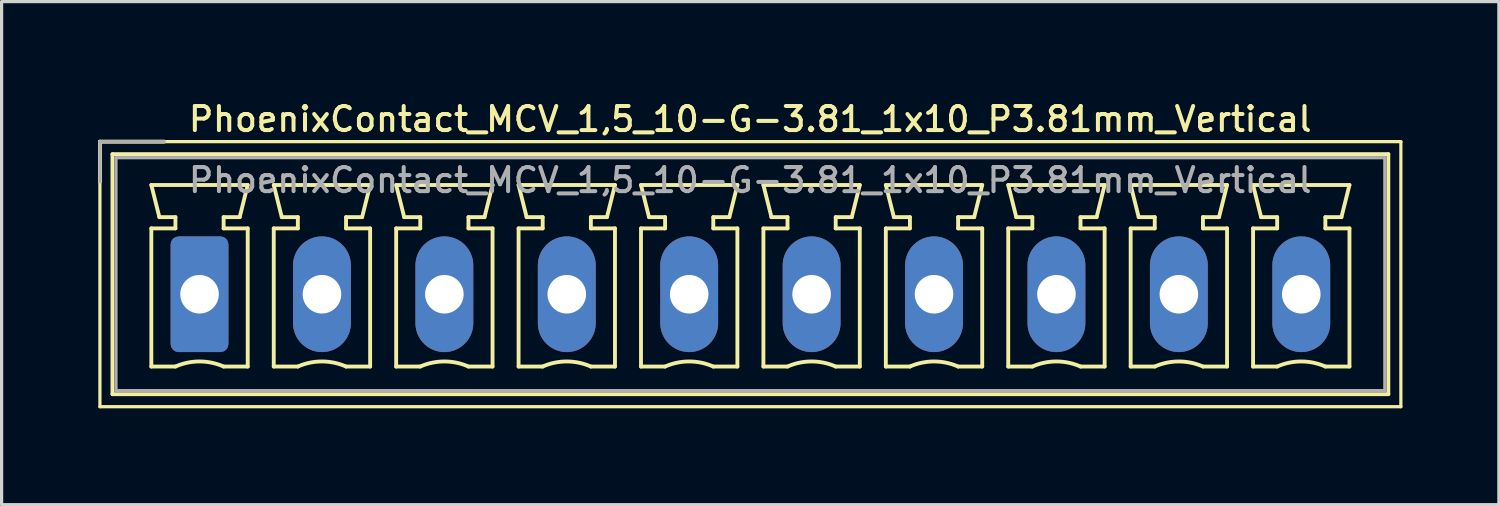
<source format=kicad_pcb>
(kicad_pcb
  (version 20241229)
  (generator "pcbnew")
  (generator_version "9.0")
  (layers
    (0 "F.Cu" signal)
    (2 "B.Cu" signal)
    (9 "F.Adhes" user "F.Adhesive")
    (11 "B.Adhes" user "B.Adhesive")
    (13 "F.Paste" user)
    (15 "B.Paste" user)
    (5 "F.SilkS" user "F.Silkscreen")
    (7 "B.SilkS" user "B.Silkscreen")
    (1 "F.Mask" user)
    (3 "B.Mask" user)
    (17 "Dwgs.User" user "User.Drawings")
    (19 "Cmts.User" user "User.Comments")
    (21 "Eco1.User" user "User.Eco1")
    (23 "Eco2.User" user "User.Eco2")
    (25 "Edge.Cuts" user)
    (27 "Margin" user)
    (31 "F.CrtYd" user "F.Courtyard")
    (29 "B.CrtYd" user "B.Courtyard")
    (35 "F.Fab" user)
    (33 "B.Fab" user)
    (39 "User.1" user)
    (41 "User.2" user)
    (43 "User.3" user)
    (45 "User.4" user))
  (footprint "PhoenixContact_MCV_1,5_10-G-3.81_1x10_P3.81mm_Vertical"
    (layer "F.Cu")
    (at 3.16 6.108)
    (property "Reference" "PhoenixContact_MCV_1,5_10-G-3.81_1x10_P3.81mm_Vertical" (at 17.14 -5.45 0) (layer "F.SilkS") (effects (font (size 0.75 0.75) (thickness 0.125))))
    (attr through_hole)
    (fp_line (start -3.1 -4.75) (end -3.1 3.5) (stroke (width 0.1) (type solid)) (layer "F.SilkS"))
    (fp_line (start -3.1 -4.75) (end -1.1 -4.75) (stroke (width 0.12) (type solid)) (layer "F.SilkS"))
    (fp_line (start -3.1 -3.5) (end -3.1 -4.75) (stroke (width 0.12) (type solid)) (layer "F.SilkS"))
    (fp_line (start -3.1 3.5) (end 37.39 3.5) (stroke (width 0.1) (type solid)) (layer "F.SilkS"))
    (fp_line (start -2.71 -4.36) (end -2.71 3.11) (stroke (width 0.12) (type solid)) (layer "F.SilkS"))
    (fp_line (start -2.71 3.11) (end 37 3.11) (stroke (width 0.12) (type solid)) (layer "F.SilkS"))
    (fp_line (start -1.5 -3.4) (end 1.5 -3.4) (stroke (width 0.12) (type solid)) (layer "F.SilkS"))
    (fp_line (start -1.5 -2.05) (end -0.75 -2.05) (stroke (width 0.12) (type solid)) (layer "F.SilkS"))
    (fp_line (start -1.5 2.25) (end -1.5 -2.05) (stroke (width 0.12) (type solid)) (layer "F.SilkS"))
    (fp_line (start -1.25 -2.4) (end -1.5 -3.4) (stroke (width 0.12) (type solid)) (layer "F.SilkS"))
    (fp_line (start -0.75 -2.4) (end -1.25 -2.4) (stroke (width 0.12) (type solid)) (layer "F.SilkS"))
    (fp_line (start -0.75 -2.05) (end -0.75 -2.4) (stroke (width 0.12) (type solid)) (layer "F.SilkS"))
    (fp_line (start -0.75 2.25) (end -1.5 2.25) (stroke (width 0.12) (type solid)) (layer "F.SilkS"))
    (fp_line (start 0.75 -2.4) (end 0.75 -2.05) (stroke (width 0.12) (type solid)) (layer "F.SilkS"))
    (fp_line (start 0.75 -2.05) (end 1.5 -2.05) (stroke (width 0.12) (type solid)) (layer "F.SilkS"))
    (fp_line (start 1.25 -2.4) (end 0.75 -2.4) (stroke (width 0.12) (type solid)) (layer "F.SilkS"))
    (fp_line (start 1.5 -3.4) (end 1.25 -2.4) (stroke (width 0.12) (type solid)) (layer "F.SilkS"))
    (fp_line (start 1.5 -2.05) (end 1.5 2.25) (stroke (width 0.12) (type solid)) (layer "F.SilkS"))
    (fp_line (start 1.5 2.25) (end 0.75 2.25) (stroke (width 0.12) (type solid)) (layer "F.SilkS"))
    (fp_line (start 2.31 -3.4) (end 5.31 -3.4) (stroke (width 0.12) (type solid)) (layer "F.SilkS"))
    (fp_line (start 2.31 -2.05) (end 3.06 -2.05) (stroke (width 0.12) (type solid)) (layer "F.SilkS"))
    (fp_line (start 2.31 2.25) (end 2.31 -2.05) (stroke (width 0.12) (type solid)) (layer "F.SilkS"))
    (fp_line (start 2.56 -2.4) (end 2.31 -3.4) (stroke (width 0.12) (type solid)) (layer "F.SilkS"))
    (fp_line (start 3.06 -2.4) (end 2.56 -2.4) (stroke (width 0.12) (type solid)) (layer "F.SilkS"))
    (fp_line (start 3.06 -2.05) (end 3.06 -2.4) (stroke (width 0.12) (type solid)) (layer "F.SilkS"))
    (fp_line (start 3.06 2.25) (end 2.31 2.25) (stroke (width 0.12) (type solid)) (layer "F.SilkS"))
    (fp_line (start 4.56 -2.4) (end 4.56 -2.05) (stroke (width 0.12) (type solid)) (layer "F.SilkS"))
    (fp_line (start 4.56 -2.05) (end 5.31 -2.05) (stroke (width 0.12) (type solid)) (layer "F.SilkS"))
    (fp_line (start 5.06 -2.4) (end 4.56 -2.4) (stroke (width 0.12) (type solid)) (layer "F.SilkS"))
    (fp_line (start 5.31 -3.4) (end 5.06 -2.4) (stroke (width 0.12) (type solid)) (layer "F.SilkS"))
    (fp_line (start 5.31 -2.05) (end 5.31 2.25) (stroke (width 0.12) (type solid)) (layer "F.SilkS"))
    (fp_line (start 5.31 2.25) (end 4.56 2.25) (stroke (width 0.12) (type solid)) (layer "F.SilkS"))
    (fp_line (start 6.12 -3.4) (end 9.12 -3.4) (stroke (width 0.12) (type solid)) (layer "F.SilkS"))
    (fp_line (start 6.12 -2.05) (end 6.87 -2.05) (stroke (width 0.12) (type solid)) (layer "F.SilkS"))
    (fp_line (start 6.12 2.25) (end 6.12 -2.05) (stroke (width 0.12) (type solid)) (layer "F.SilkS"))
    (fp_line (start 6.37 -2.4) (end 6.12 -3.4) (stroke (width 0.12) (type solid)) (layer "F.SilkS"))
    (fp_line (start 6.87 -2.4) (end 6.37 -2.4) (stroke (width 0.12) (type solid)) (layer "F.SilkS"))
    (fp_line (start 6.87 -2.05) (end 6.87 -2.4) (stroke (width 0.12) (type solid)) (layer "F.SilkS"))
    (fp_line (start 6.87 2.25) (end 6.12 2.25) (stroke (width 0.12) (type solid)) (layer "F.SilkS"))
    (fp_line (start 8.37 -2.4) (end 8.37 -2.05) (stroke (width 0.12) (type solid)) (layer "F.SilkS"))
    (fp_line (start 8.37 -2.05) (end 9.12 -2.05) (stroke (width 0.12) (type solid)) (layer "F.SilkS"))
    (fp_line (start 8.87 -2.4) (end 8.37 -2.4) (stroke (width 0.12) (type solid)) (layer "F.SilkS"))
    (fp_line (start 9.12 -3.4) (end 8.87 -2.4) (stroke (width 0.12) (type solid)) (layer "F.SilkS"))
    (fp_line (start 9.12 -2.05) (end 9.12 2.25) (stroke (width 0.12) (type solid)) (layer "F.SilkS"))
    (fp_line (start 9.12 2.25) (end 8.37 2.25) (stroke (width 0.12) (type solid)) (layer "F.SilkS"))
    (fp_line (start 9.93 -3.4) (end 12.93 -3.4) (stroke (width 0.12) (type solid)) (layer "F.SilkS"))
    (fp_line (start 9.93 -2.05) (end 10.68 -2.05) (stroke (width 0.12) (type solid)) (layer "F.SilkS"))
    (fp_line (start 9.93 2.25) (end 9.93 -2.05) (stroke (width 0.12) (type solid)) (layer "F.SilkS"))
    (fp_line (start 10.18 -2.4) (end 9.93 -3.4) (stroke (width 0.12) (type solid)) (layer "F.SilkS"))
    (fp_line (start 10.68 -2.4) (end 10.18 -2.4) (stroke (width 0.12) (type solid)) (layer "F.SilkS"))
    (fp_line (start 10.68 -2.05) (end 10.68 -2.4) (stroke (width 0.12) (type solid)) (layer "F.SilkS"))
    (fp_line (start 10.68 2.25) (end 9.93 2.25) (stroke (width 0.12) (type solid)) (layer "F.SilkS"))
    (fp_line (start 12.18 -2.4) (end 12.18 -2.05) (stroke (width 0.12) (type solid)) (layer "F.SilkS"))
    (fp_line (start 12.18 -2.05) (end 12.93 -2.05) (stroke (width 0.12) (type solid)) (layer "F.SilkS"))
    (fp_line (start 12.68 -2.4) (end 12.18 -2.4) (stroke (width 0.12) (type solid)) (layer "F.SilkS"))
    (fp_line (start 12.93 -3.4) (end 12.68 -2.4) (stroke (width 0.12) (type solid)) (layer "F.SilkS"))
    (fp_line (start 12.93 -2.05) (end 12.93 2.25) (stroke (width 0.12) (type solid)) (layer "F.SilkS"))
    (fp_line (start 12.93 2.25) (end 12.18 2.25) (stroke (width 0.12) (type solid)) (layer "F.SilkS"))
    (fp_line (start 13.74 -3.4) (end 16.74 -3.4) (stroke (width 0.12) (type solid)) (layer "F.SilkS"))
    (fp_line (start 13.74 -2.05) (end 14.49 -2.05) (stroke (width 0.12) (type solid)) (layer "F.SilkS"))
    (fp_line (start 13.74 2.25) (end 13.74 -2.05) (stroke (width 0.12) (type solid)) (layer "F.SilkS"))
    (fp_line (start 13.99 -2.4) (end 13.74 -3.4) (stroke (width 0.12) (type solid)) (layer "F.SilkS"))
    (fp_line (start 14.49 -2.4) (end 13.99 -2.4) (stroke (width 0.12) (type solid)) (layer "F.SilkS"))
    (fp_line (start 14.49 -2.05) (end 14.49 -2.4) (stroke (width 0.12) (type solid)) (layer "F.SilkS"))
    (fp_line (start 14.49 2.25) (end 13.74 2.25) (stroke (width 0.12) (type solid)) (layer "F.SilkS"))
    (fp_line (start 15.99 -2.4) (end 15.99 -2.05) (stroke (width 0.12) (type solid)) (layer "F.SilkS"))
    (fp_line (start 15.99 -2.05) (end 16.74 -2.05) (stroke (width 0.12) (type solid)) (layer "F.SilkS"))
    (fp_line (start 16.49 -2.4) (end 15.99 -2.4) (stroke (width 0.12) (type solid)) (layer "F.SilkS"))
    (fp_line (start 16.74 -3.4) (end 16.49 -2.4) (stroke (width 0.12) (type solid)) (layer "F.SilkS"))
    (fp_line (start 16.74 -2.05) (end 16.74 2.25) (stroke (width 0.12) (type solid)) (layer "F.SilkS"))
    (fp_line (start 16.74 2.25) (end 15.99 2.25) (stroke (width 0.12) (type solid)) (layer "F.SilkS"))
    (fp_line (start 17.55 -3.4) (end 20.55 -3.4) (stroke (width 0.12) (type solid)) (layer "F.SilkS"))
    (fp_line (start 17.55 -2.05) (end 18.3 -2.05) (stroke (width 0.12) (type solid)) (layer "F.SilkS"))
    (fp_line (start 17.55 2.25) (end 17.55 -2.05) (stroke (width 0.12) (type solid)) (layer "F.SilkS"))
    (fp_line (start 17.8 -2.4) (end 17.55 -3.4) (stroke (width 0.12) (type solid)) (layer "F.SilkS"))
    (fp_line (start 18.3 -2.4) (end 17.8 -2.4) (stroke (width 0.12) (type solid)) (layer "F.SilkS"))
    (fp_line (start 18.3 -2.05) (end 18.3 -2.4) (stroke (width 0.12) (type solid)) (layer "F.SilkS"))
    (fp_line (start 18.3 2.25) (end 17.55 2.25) (stroke (width 0.12) (type solid)) (layer "F.SilkS"))
    (fp_line (start 19.8 -2.4) (end 19.8 -2.05) (stroke (width 0.12) (type solid)) (layer "F.SilkS"))
    (fp_line (start 19.8 -2.05) (end 20.55 -2.05) (stroke (width 0.12) (type solid)) (layer "F.SilkS"))
    (fp_line (start 20.3 -2.4) (end 19.8 -2.4) (stroke (width 0.12) (type solid)) (layer "F.SilkS"))
    (fp_line (start 20.55 -3.4) (end 20.3 -2.4) (stroke (width 0.12) (type solid)) (layer "F.SilkS"))
    (fp_line (start 20.55 -2.05) (end 20.55 2.25) (stroke (width 0.12) (type solid)) (layer "F.SilkS"))
    (fp_line (start 20.55 2.25) (end 19.8 2.25) (stroke (width 0.12) (type solid)) (layer "F.SilkS"))
    (fp_line (start 21.36 -3.4) (end 24.36 -3.4) (stroke (width 0.12) (type solid)) (layer "F.SilkS"))
    (fp_line (start 21.36 -2.05) (end 22.11 -2.05) (stroke (width 0.12) (type solid)) (layer "F.SilkS"))
    (fp_line (start 21.36 2.25) (end 21.36 -2.05) (stroke (width 0.12) (type solid)) (layer "F.SilkS"))
    (fp_line (start 21.61 -2.4) (end 21.36 -3.4) (stroke (width 0.12) (type solid)) (layer "F.SilkS"))
    (fp_line (start 22.11 -2.4) (end 21.61 -2.4) (stroke (width 0.12) (type solid)) (layer "F.SilkS"))
    (fp_line (start 22.11 -2.05) (end 22.11 -2.4) (stroke (width 0.12) (type solid)) (layer "F.SilkS"))
    (fp_line (start 22.11 2.25) (end 21.36 2.25) (stroke (width 0.12) (type solid)) (layer "F.SilkS"))
    (fp_line (start 23.61 -2.4) (end 23.61 -2.05) (stroke (width 0.12) (type solid)) (layer "F.SilkS"))
    (fp_line (start 23.61 -2.05) (end 24.36 -2.05) (stroke (width 0.12) (type solid)) (layer "F.SilkS"))
    (fp_line (start 24.11 -2.4) (end 23.61 -2.4) (stroke (width 0.12) (type solid)) (layer "F.SilkS"))
    (fp_line (start 24.36 -3.4) (end 24.11 -2.4) (stroke (width 0.12) (type solid)) (layer "F.SilkS"))
    (fp_line (start 24.36 -2.05) (end 24.36 2.25) (stroke (width 0.12) (type solid)) (layer "F.SilkS"))
    (fp_line (start 24.36 2.25) (end 23.61 2.25) (stroke (width 0.12) (type solid)) (layer "F.SilkS"))
    (fp_line (start 25.17 -3.4) (end 28.17 -3.4) (stroke (width 0.12) (type solid)) (layer "F.SilkS"))
    (fp_line (start 25.17 -2.05) (end 25.92 -2.05) (stroke (width 0.12) (type solid)) (layer "F.SilkS"))
    (fp_line (start 25.17 2.25) (end 25.17 -2.05) (stroke (width 0.12) (type solid)) (layer "F.SilkS"))
    (fp_line (start 25.42 -2.4) (end 25.17 -3.4) (stroke (width 0.12) (type solid)) (layer "F.SilkS"))
    (fp_line (start 25.92 -2.4) (end 25.42 -2.4) (stroke (width 0.12) (type solid)) (layer "F.SilkS"))
    (fp_line (start 25.92 -2.05) (end 25.92 -2.4) (stroke (width 0.12) (type solid)) (layer "F.SilkS"))
    (fp_line (start 25.92 2.25) (end 25.17 2.25) (stroke (width 0.12) (type solid)) (layer "F.SilkS"))
    (fp_line (start 27.42 -2.4) (end 27.42 -2.05) (stroke (width 0.12) (type solid)) (layer "F.SilkS"))
    (fp_line (start 27.42 -2.05) (end 28.17 -2.05) (stroke (width 0.12) (type solid)) (layer "F.SilkS"))
    (fp_line (start 27.92 -2.4) (end 27.42 -2.4) (stroke (width 0.12) (type solid)) (layer "F.SilkS"))
    (fp_line (start 28.17 -3.4) (end 27.92 -2.4) (stroke (width 0.12) (type solid)) (layer "F.SilkS"))
    (fp_line (start 28.17 -2.05) (end 28.17 2.25) (stroke (width 0.12) (type solid)) (layer "F.SilkS"))
    (fp_line (start 28.17 2.25) (end 27.42 2.25) (stroke (width 0.12) (type solid)) (layer "F.SilkS"))
    (fp_line (start 28.98 -3.4) (end 31.98 -3.4) (stroke (width 0.12) (type solid)) (layer "F.SilkS"))
    (fp_line (start 28.98 -2.05) (end 29.73 -2.05) (stroke (width 0.12) (type solid)) (layer "F.SilkS"))
    (fp_line (start 28.98 2.25) (end 28.98 -2.05) (stroke (width 0.12) (type solid)) (layer "F.SilkS"))
    (fp_line (start 29.23 -2.4) (end 28.98 -3.4) (stroke (width 0.12) (type solid)) (layer "F.SilkS"))
    (fp_line (start 29.73 -2.4) (end 29.23 -2.4) (stroke (width 0.12) (type solid)) (layer "F.SilkS"))
    (fp_line (start 29.73 -2.05) (end 29.73 -2.4) (stroke (width 0.12) (type solid)) (layer "F.SilkS"))
    (fp_line (start 29.73 2.25) (end 28.98 2.25) (stroke (width 0.12) (type solid)) (layer "F.SilkS"))
    (fp_line (start 31.23 -2.4) (end 31.23 -2.05) (stroke (width 0.12) (type solid)) (layer "F.SilkS"))
    (fp_line (start 31.23 -2.05) (end 31.98 -2.05) (stroke (width 0.12) (type solid)) (layer "F.SilkS"))
    (fp_line (start 31.73 -2.4) (end 31.23 -2.4) (stroke (width 0.12) (type solid)) (layer "F.SilkS"))
    (fp_line (start 31.98 -3.4) (end 31.73 -2.4) (stroke (width 0.12) (type solid)) (layer "F.SilkS"))
    (fp_line (start 31.98 -2.05) (end 31.98 2.25) (stroke (width 0.12) (type solid)) (layer "F.SilkS"))
    (fp_line (start 31.98 2.25) (end 31.23 2.25) (stroke (width 0.12) (type solid)) (layer "F.SilkS"))
    (fp_line (start 32.79 -3.4) (end 35.79 -3.4) (stroke (width 0.12) (type solid)) (layer "F.SilkS"))
    (fp_line (start 32.79 -2.05) (end 33.54 -2.05) (stroke (width 0.12) (type solid)) (layer "F.SilkS"))
    (fp_line (start 32.79 2.25) (end 32.79 -2.05) (stroke (width 0.12) (type solid)) (layer "F.SilkS"))
    (fp_line (start 33.04 -2.4) (end 32.79 -3.4) (stroke (width 0.12) (type solid)) (layer "F.SilkS"))
    (fp_line (start 33.54 -2.4) (end 33.04 -2.4) (stroke (width 0.12) (type solid)) (layer "F.SilkS"))
    (fp_line (start 33.54 -2.05) (end 33.54 -2.4) (stroke (width 0.12) (type solid)) (layer "F.SilkS"))
    (fp_line (start 33.54 2.25) (end 32.79 2.25) (stroke (width 0.12) (type solid)) (layer "F.SilkS"))
    (fp_line (start 35.04 -2.4) (end 35.04 -2.05) (stroke (width 0.12) (type solid)) (layer "F.SilkS"))
    (fp_line (start 35.04 -2.05) (end 35.79 -2.05) (stroke (width 0.12) (type solid)) (layer "F.SilkS"))
    (fp_line (start 35.54 -2.4) (end 35.04 -2.4) (stroke (width 0.12) (type solid)) (layer "F.SilkS"))
    (fp_line (start 35.79 -3.4) (end 35.54 -2.4) (stroke (width 0.12) (type solid)) (layer "F.SilkS"))
    (fp_line (start 35.79 -2.05) (end 35.79 2.25) (stroke (width 0.12) (type solid)) (layer "F.SilkS"))
    (fp_line (start 35.79 2.25) (end 35.04 2.25) (stroke (width 0.12) (type solid)) (layer "F.SilkS"))
    (fp_line (start 37 -4.36) (end -2.71 -4.36) (stroke (width 0.12) (type solid)) (layer "F.SilkS"))
    (fp_line (start 37 3.11) (end 37 -4.36) (stroke (width 0.12) (type solid)) (layer "F.SilkS"))
    (fp_line (start 37.39 -4.75) (end -3.1 -4.75) (stroke (width 0.1) (type solid)) (layer "F.SilkS"))
    (fp_line (start 37.39 3.5) (end 37.39 -4.75) (stroke (width 0.1) (type solid)) (layer "F.SilkS"))
    (fp_arc (start -0.75 2.25) (mid -0.000193 2.09191) (end 0.749647 2.249844) (stroke (width 0.12) (type solid)) (layer "F.SilkS"))
    (fp_arc (start 3.06 2.25) (mid 3.809807 2.09191) (end 4.559647 2.249844) (stroke (width 0.12) (type solid)) (layer "F.SilkS"))
    (fp_arc (start 6.87 2.25) (mid 7.619807 2.09191) (end 8.369647 2.249844) (stroke (width 0.12) (type solid)) (layer "F.SilkS"))
    (fp_arc (start 10.68 2.25) (mid 11.429807 2.09191) (end 12.179647 2.249844) (stroke (width 0.12) (type solid)) (layer "F.SilkS"))
    (fp_arc (start 14.49 2.25) (mid 15.239807 2.09191) (end 15.989647 2.249844) (stroke (width 0.12) (type solid)) (layer "F.SilkS"))
    (fp_arc (start 18.3 2.25) (mid 19.049807 2.09191) (end 19.799647 2.249844) (stroke (width 0.12) (type solid)) (layer "F.SilkS"))
    (fp_arc (start 22.11 2.25) (mid 22.859807 2.09191) (end 23.609647 2.249844) (stroke (width 0.12) (type solid)) (layer "F.SilkS"))
    (fp_arc (start 25.92 2.25) (mid 26.669807 2.09191) (end 27.419647 2.249844) (stroke (width 0.12) (type solid)) (layer "F.SilkS"))
    (fp_arc (start 29.73 2.25) (mid 30.479807 2.09191) (end 31.229647 2.249844) (stroke (width 0.12) (type solid)) (layer "F.SilkS"))
    (fp_arc (start 33.54 2.25) (mid 34.289807 2.09191) (end 35.039647 2.249844) (stroke (width 0.12) (type solid)) (layer "F.SilkS"))
    (fp_line (start -3.1 -4.75) (end -1.1 -4.75) (stroke (width 0.1) (type solid)) (layer "F.Fab"))
    (fp_line (start -3.1 -3.5) (end -3.1 -4.75) (stroke (width 0.1) (type solid)) (layer "F.Fab"))
    (fp_line (start -2.6 -4.25) (end -2.6 3) (stroke (width 0.1) (type solid)) (layer "F.Fab"))
    (fp_line (start -2.6 3) (end 36.89 3) (stroke (width 0.1) (type solid)) (layer "F.Fab"))
    (fp_line (start 36.89 -4.25) (end -2.6 -4.25) (stroke (width 0.1) (type solid)) (layer "F.Fab"))
    (fp_line (start 36.89 3) (end 36.89 -4.25) (stroke (width 0.1) (type solid)) (layer "F.Fab"))
    (fp_text user "${REFERENCE}" (at 17.14 -3.55 0) (layer "F.Fab") (effects (font (size 0.75 0.75) (thickness 0.125))))
    (pad "1" thru_hole roundrect (at 0 0) (size 1.8 3.6) (drill 1.2) (layers "*.Cu" "*.Mask") (roundrect_rratio 0.139))
    (pad "2" thru_hole oval (at 3.81 0) (size 1.8 3.6) (drill 1.2) (layers "*.Cu" "*.Mask"))
    (pad "3" thru_hole oval (at 7.62 0) (size 1.8 3.6) (drill 1.2) (layers "*.Cu" "*.Mask"))
    (pad "4" thru_hole oval (at 11.43 0) (size 1.8 3.6) (drill 1.2) (layers "*.Cu" "*.Mask"))
    (pad "5" thru_hole oval (at 15.24 0) (size 1.8 3.6) (drill 1.2) (layers "*.Cu" "*.Mask"))
    (pad "6" thru_hole oval (at 19.05 0) (size 1.8 3.6) (drill 1.2) (layers "*.Cu" "*.Mask"))
    (pad "7" thru_hole oval (at 22.86 0) (size 1.8 3.6) (drill 1.2) (layers "*.Cu" "*.Mask"))
    (pad "8" thru_hole oval (at 26.67 0) (size 1.8 3.6) (drill 1.2) (layers "*.Cu" "*.Mask"))
    (pad "9" thru_hole oval (at 30.48 0) (size 1.8 3.6) (drill 1.2) (layers "*.Cu" "*.Mask"))
    (pad "10" thru_hole oval (at 34.29 0) (size 1.8 3.6) (drill 1.2) (layers "*.Cu" "*.Mask")))
  (gr_rect
    (start -3 -3)
    (end 43.6 12.658)
    (stroke (width 0.1) (type default))
    (fill no)
    (layer "Edge.Cuts")))
</source>
